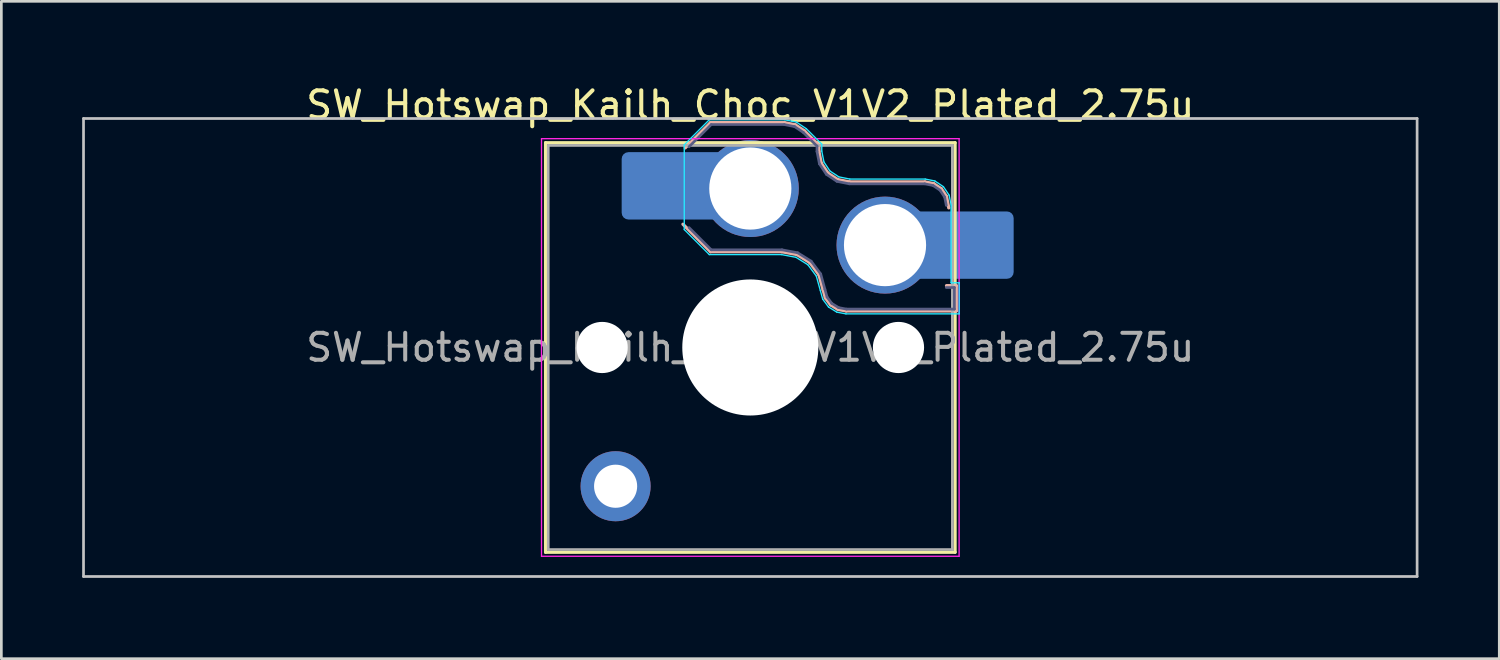
<source format=kicad_pcb>
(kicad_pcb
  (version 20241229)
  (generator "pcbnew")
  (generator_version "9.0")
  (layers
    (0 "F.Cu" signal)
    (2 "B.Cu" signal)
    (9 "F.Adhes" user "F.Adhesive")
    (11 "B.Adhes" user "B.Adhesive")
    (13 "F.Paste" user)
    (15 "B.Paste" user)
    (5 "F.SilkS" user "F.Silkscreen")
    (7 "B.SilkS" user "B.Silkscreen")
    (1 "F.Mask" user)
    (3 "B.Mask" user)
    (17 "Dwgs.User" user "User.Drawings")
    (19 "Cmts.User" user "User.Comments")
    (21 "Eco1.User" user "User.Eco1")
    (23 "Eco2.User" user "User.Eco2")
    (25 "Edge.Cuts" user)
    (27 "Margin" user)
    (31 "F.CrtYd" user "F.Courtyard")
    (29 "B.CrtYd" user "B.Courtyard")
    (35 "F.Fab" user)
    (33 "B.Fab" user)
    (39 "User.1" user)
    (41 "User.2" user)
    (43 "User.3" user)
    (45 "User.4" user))
  (footprint "SW_Hotswap_Kailh_Choc_V1V2_Plated_2.75u"
    (layer "F.Cu")
    (at 24.8 9.848)
    (property "Reference" "SW_Hotswap_Kailh_Choc_V1V2_Plated_2.75u" (at 0 -9 0) (layer "F.SilkS") (effects (font (size 1 1) (thickness 0.15))))
    (attr smd)
    (fp_line (start -7.6 -7.6) (end -7.6 7.6) (stroke (width 0.12) (type solid)) (layer "F.SilkS"))
    (fp_line (start -7.6 7.6) (end 7.6 7.6) (stroke (width 0.12) (type solid)) (layer "F.SilkS"))
    (fp_line (start 7.6 -7.6) (end -7.6 -7.6) (stroke (width 0.12) (type solid)) (layer "F.SilkS"))
    (fp_line (start 7.6 7.6) (end 7.6 -7.6) (stroke (width 0.12) (type solid)) (layer "F.SilkS"))
    (fp_line (start -2.416 -7.409) (end -1.479 -8.346) (stroke (width 0.12) (type solid)) (layer "B.SilkS"))
    (fp_line (start -1.479 -8.346) (end 1.268 -8.346) (stroke (width 0.12) (type solid)) (layer "B.SilkS"))
    (fp_line (start -1.479 -3.554) (end -2.5 -4.575) (stroke (width 0.12) (type solid)) (layer "B.SilkS"))
    (fp_line (start 1.168 -3.554) (end -1.479 -3.554) (stroke (width 0.12) (type solid)) (layer "B.SilkS"))
    (fp_line (start 1.268 -8.346) (end 1.671 -8.266) (stroke (width 0.12) (type solid)) (layer "B.SilkS"))
    (fp_line (start 1.671 -8.266) (end 2.013 -8.037) (stroke (width 0.12) (type solid)) (layer "B.SilkS"))
    (fp_line (start 1.73 -3.449) (end 1.168 -3.554) (stroke (width 0.12) (type solid)) (layer "B.SilkS"))
    (fp_line (start 2.013 -8.037) (end 2.546 -7.504) (stroke (width 0.12) (type solid)) (layer "B.SilkS"))
    (fp_line (start 2.209 -3.15) (end 1.73 -3.449) (stroke (width 0.12) (type solid)) (layer "B.SilkS"))
    (fp_line (start 2.546 -7.504) (end 2.546 -7.282) (stroke (width 0.12) (type solid)) (layer "B.SilkS"))
    (fp_line (start 2.546 -7.282) (end 2.633 -6.844) (stroke (width 0.12) (type solid)) (layer "B.SilkS"))
    (fp_line (start 2.547 -2.697) (end 2.209 -3.15) (stroke (width 0.12) (type solid)) (layer "B.SilkS"))
    (fp_line (start 2.633 -6.844) (end 2.877 -6.477) (stroke (width 0.12) (type solid)) (layer "B.SilkS"))
    (fp_line (start 2.701 -2.139) (end 2.547 -2.697) (stroke (width 0.12) (type solid)) (layer "B.SilkS"))
    (fp_line (start 2.783 -1.841) (end 2.701 -2.139) (stroke (width 0.12) (type solid)) (layer "B.SilkS"))
    (fp_line (start 2.877 -6.477) (end 3.244 -6.233) (stroke (width 0.12) (type solid)) (layer "B.SilkS"))
    (fp_line (start 2.976 -1.583) (end 2.783 -1.841) (stroke (width 0.12) (type solid)) (layer "B.SilkS"))
    (fp_line (start 3.244 -6.233) (end 3.682 -6.146) (stroke (width 0.12) (type solid)) (layer "B.SilkS"))
    (fp_line (start 3.25 -1.413) (end 2.976 -1.583) (stroke (width 0.12) (type solid)) (layer "B.SilkS"))
    (fp_line (start 3.56 -1.354) (end 3.25 -1.413) (stroke (width 0.12) (type solid)) (layer "B.SilkS"))
    (fp_line (start 3.682 -6.146) (end 6.482 -6.146) (stroke (width 0.12) (type solid)) (layer "B.SilkS"))
    (fp_line (start 6.482 -6.146) (end 6.809 -6.081) (stroke (width 0.12) (type solid)) (layer "B.SilkS"))
    (fp_line (start 6.809 -6.081) (end 7.092 -5.892) (stroke (width 0.12) (type solid)) (layer "B.SilkS"))
    (fp_line (start 7.092 -5.892) (end 7.281 -5.609) (stroke (width 0.12) (type solid)) (layer "B.SilkS"))
    (fp_line (start 7.281 -5.609) (end 7.366 -5.182) (stroke (width 0.12) (type solid)) (layer "B.SilkS"))
    (fp_line (start 7.283 -2.296) (end 7.646 -2.296) (stroke (width 0.12) (type solid)) (layer "B.SilkS"))
    (fp_line (start 7.646 -2.296) (end 7.646 -1.354) (stroke (width 0.12) (type solid)) (layer "B.SilkS"))
    (fp_line (start 7.646 -1.354) (end 3.56 -1.354) (stroke (width 0.12) (type solid)) (layer "B.SilkS"))
    (fp_line (start -24.75 -8.5) (end -24.75 8.5) (stroke (width 0.1) (type solid)) (layer "Dwgs.User"))
    (fp_line (start -24.75 8.5) (end 24.75 8.5) (stroke (width 0.1) (type solid)) (layer "Dwgs.User"))
    (fp_line (start 24.75 -8.5) (end -24.75 -8.5) (stroke (width 0.1) (type solid)) (layer "Dwgs.User"))
    (fp_line (start 24.75 8.5) (end 24.75 -8.5) (stroke (width 0.1) (type solid)) (layer "Dwgs.User"))
    (fp_line (start -7.25 -7.25) (end -7.25 7.25) (stroke (width 0.1) (type solid)) (layer "Eco1.User"))
    (fp_line (start -7.25 7.25) (end 7.25 7.25) (stroke (width 0.1) (type solid)) (layer "Eco1.User"))
    (fp_line (start 7.25 -7.25) (end -7.25 -7.25) (stroke (width 0.1) (type solid)) (layer "Eco1.User"))
    (fp_line (start 7.25 7.25) (end 7.25 -7.25) (stroke (width 0.1) (type solid)) (layer "Eco1.User"))
    (fp_line (start -2.452 -7.523) (end -1.523 -8.452) (stroke (width 0.05) (type solid)) (layer "B.CrtYd"))
    (fp_line (start -2.452 -4.377) (end -2.452 -7.523) (stroke (width 0.05) (type solid)) (layer "B.CrtYd"))
    (fp_line (start -1.523 -8.452) (end 1.278 -8.452) (stroke (width 0.05) (type solid)) (layer "B.CrtYd"))
    (fp_line (start -1.523 -3.448) (end -2.452 -4.377) (stroke (width 0.05) (type solid)) (layer "B.CrtYd"))
    (fp_line (start 1.159 -3.448) (end -1.523 -3.448) (stroke (width 0.05) (type solid)) (layer "B.CrtYd"))
    (fp_line (start 1.278 -8.452) (end 1.712 -8.366) (stroke (width 0.05) (type solid)) (layer "B.CrtYd"))
    (fp_line (start 1.691 -3.348) (end 1.159 -3.448) (stroke (width 0.05) (type solid)) (layer "B.CrtYd"))
    (fp_line (start 1.712 -8.366) (end 2.081 -8.119) (stroke (width 0.05) (type solid)) (layer "B.CrtYd"))
    (fp_line (start 2.081 -8.119) (end 2.652 -7.548) (stroke (width 0.05) (type solid)) (layer "B.CrtYd"))
    (fp_line (start 2.136 -3.071) (end 1.691 -3.348) (stroke (width 0.05) (type solid)) (layer "B.CrtYd"))
    (fp_line (start 2.45 -2.65) (end 2.136 -3.071) (stroke (width 0.05) (type solid)) (layer "B.CrtYd"))
    (fp_line (start 2.599 -2.111) (end 2.45 -2.65) (stroke (width 0.05) (type solid)) (layer "B.CrtYd"))
    (fp_line (start 2.652 -7.548) (end 2.652 -7.292) (stroke (width 0.05) (type solid)) (layer "B.CrtYd"))
    (fp_line (start 2.652 -7.292) (end 2.733 -6.885) (stroke (width 0.05) (type solid)) (layer "B.CrtYd"))
    (fp_line (start 2.687 -1.794) (end 2.599 -2.111) (stroke (width 0.05) (type solid)) (layer "B.CrtYd"))
    (fp_line (start 2.733 -6.885) (end 2.953 -6.553) (stroke (width 0.05) (type solid)) (layer "B.CrtYd"))
    (fp_line (start 2.903 -1.503) (end 2.687 -1.794) (stroke (width 0.05) (type solid)) (layer "B.CrtYd"))
    (fp_line (start 2.953 -6.553) (end 3.285 -6.333) (stroke (width 0.05) (type solid)) (layer "B.CrtYd"))
    (fp_line (start 3.211 -1.312) (end 2.903 -1.503) (stroke (width 0.05) (type solid)) (layer "B.CrtYd"))
    (fp_line (start 3.285 -6.333) (end 3.692 -6.252) (stroke (width 0.05) (type solid)) (layer "B.CrtYd"))
    (fp_line (start 3.55 -1.248) (end 3.211 -1.312) (stroke (width 0.05) (type solid)) (layer "B.CrtYd"))
    (fp_line (start 3.692 -6.252) (end 6.492 -6.252) (stroke (width 0.05) (type solid)) (layer "B.CrtYd"))
    (fp_line (start 6.492 -6.252) (end 6.85 -6.181) (stroke (width 0.05) (type solid)) (layer "B.CrtYd"))
    (fp_line (start 6.85 -6.181) (end 7.168 -5.968) (stroke (width 0.05) (type solid)) (layer "B.CrtYd"))
    (fp_line (start 7.168 -5.968) (end 7.381 -5.65) (stroke (width 0.05) (type solid)) (layer "B.CrtYd"))
    (fp_line (start 7.381 -5.65) (end 7.452 -5.292) (stroke (width 0.05) (type solid)) (layer "B.CrtYd"))
    (fp_line (start 7.452 -5.292) (end 7.452 -2.402) (stroke (width 0.05) (type solid)) (layer "B.CrtYd"))
    (fp_line (start 7.452 -2.402) (end 7.752 -2.402) (stroke (width 0.05) (type solid)) (layer "B.CrtYd"))
    (fp_line (start 7.752 -2.402) (end 7.752 -1.248) (stroke (width 0.05) (type solid)) (layer "B.CrtYd"))
    (fp_line (start 7.752 -1.248) (end 3.55 -1.248) (stroke (width 0.05) (type solid)) (layer "B.CrtYd"))
    (fp_line (start -7.75 -7.75) (end -7.75 7.75) (stroke (width 0.05) (type solid)) (layer "F.CrtYd"))
    (fp_line (start -7.75 7.75) (end 7.75 7.75) (stroke (width 0.05) (type solid)) (layer "F.CrtYd"))
    (fp_line (start 7.75 -7.75) (end -7.75 -7.75) (stroke (width 0.05) (type solid)) (layer "F.CrtYd"))
    (fp_line (start 7.75 7.75) (end 7.75 -7.75) (stroke (width 0.05) (type solid)) (layer "F.CrtYd"))
    (fp_line (start -2.275 -7.45) (end -1.45 -8.275) (stroke (width 0.1) (type solid)) (layer "B.Fab"))
    (fp_line (start -1.45 -8.275) (end 1.261 -8.275) (stroke (width 0.1) (type solid)) (layer "B.Fab"))
    (fp_line (start -1.45 -3.625) (end -2.275 -4.45) (stroke (width 0.1) (type solid)) (layer "B.Fab"))
    (fp_line (start 1.175 -3.625) (end -1.45 -3.625) (stroke (width 0.1) (type solid)) (layer "B.Fab"))
    (fp_line (start 1.261 -8.275) (end 1.643 -8.199) (stroke (width 0.1) (type solid)) (layer "B.Fab"))
    (fp_line (start 1.643 -8.199) (end 1.968 -7.982) (stroke (width 0.1) (type solid)) (layer "B.Fab"))
    (fp_line (start 1.756 -3.516) (end 1.175 -3.625) (stroke (width 0.1) (type solid)) (layer "B.Fab"))
    (fp_line (start 1.968 -7.982) (end 2.475 -7.475) (stroke (width 0.1) (type solid)) (layer "B.Fab"))
    (fp_line (start 2.258 -3.203) (end 1.756 -3.516) (stroke (width 0.1) (type solid)) (layer "B.Fab"))
    (fp_line (start 2.475 -7.475) (end 2.475 -7.275) (stroke (width 0.1) (type solid)) (layer "B.Fab"))
    (fp_line (start 2.475 -7.275) (end 2.566 -6.816) (stroke (width 0.1) (type solid)) (layer "B.Fab"))
    (fp_line (start 2.566 -6.816) (end 2.826 -6.426) (stroke (width 0.1) (type solid)) (layer "B.Fab"))
    (fp_line (start 2.612 -2.729) (end 2.258 -3.203) (stroke (width 0.1) (type solid)) (layer "B.Fab"))
    (fp_line (start 2.769 -2.158) (end 2.612 -2.729) (stroke (width 0.1) (type solid)) (layer "B.Fab"))
    (fp_line (start 2.826 -6.426) (end 3.216 -6.166) (stroke (width 0.1) (type solid)) (layer "B.Fab"))
    (fp_line (start 2.848 -1.873) (end 2.769 -2.158) (stroke (width 0.1) (type solid)) (layer "B.Fab"))
    (fp_line (start 3.025 -1.636) (end 2.848 -1.873) (stroke (width 0.1) (type solid)) (layer "B.Fab"))
    (fp_line (start 3.216 -6.166) (end 3.675 -6.075) (stroke (width 0.1) (type solid)) (layer "B.Fab"))
    (fp_line (start 3.276 -1.48) (end 3.025 -1.636) (stroke (width 0.1) (type solid)) (layer "B.Fab"))
    (fp_line (start 3.567 -1.425) (end 3.276 -1.48) (stroke (width 0.1) (type solid)) (layer "B.Fab"))
    (fp_line (start 3.675 -6.075) (end 6.475 -6.075) (stroke (width 0.1) (type solid)) (layer "B.Fab"))
    (fp_line (start 6.475 -6.075) (end 6.781 -6.014) (stroke (width 0.1) (type solid)) (layer "B.Fab"))
    (fp_line (start 6.781 -6.014) (end 7.041 -5.841) (stroke (width 0.1) (type solid)) (layer "B.Fab"))
    (fp_line (start 7.041 -5.841) (end 7.214 -5.581) (stroke (width 0.1) (type solid)) (layer "B.Fab"))
    (fp_line (start 7.214 -5.581) (end 7.275 -5.275) (stroke (width 0.1) (type solid)) (layer "B.Fab"))
    (fp_line (start 7.275 -2.225) (end 7.575 -2.225) (stroke (width 0.1) (type solid)) (layer "B.Fab"))
    (fp_line (start 7.575 -2.225) (end 7.575 -1.425) (stroke (width 0.1) (type solid)) (layer "B.Fab"))
    (fp_line (start 7.575 -1.425) (end 3.567 -1.425) (stroke (width 0.1) (type solid)) (layer "B.Fab"))
    (fp_line (start -7.5 -7.5) (end -7.5 7.5) (stroke (width 0.1) (type solid)) (layer "F.Fab"))
    (fp_line (start -7.5 7.5) (end 7.5 7.5) (stroke (width 0.1) (type solid)) (layer "F.Fab"))
    (fp_line (start 7.5 -7.5) (end -7.5 -7.5) (stroke (width 0.1) (type solid)) (layer "F.Fab"))
    (fp_line (start 7.5 7.5) (end 7.5 -7.5) (stroke (width 0.1) (type solid)) (layer "F.Fab"))
    (fp_text user "${REFERENCE}" (at 0 0 0) (layer "F.Fab") (effects (font (size 1 1) (thickness 0.15))))
    (pad "" np_thru_hole circle (at -5.5 0) (size 1.9 1.9) (drill 1.9) (layers "*.Cu" "*.Mask"))
    (pad "" thru_hole circle (at -5 5.15) (size 2.6 2.6) (drill 1.6) (layers "*.Cu" "*.Mask"))
    (pad "" smd roundrect (at -3.5 -6) (size 2.55 2.5) (layers "B.Mask" "B.Paste") (roundrect_rratio 0.1))
    (pad "" np_thru_hole circle (at 0 0) (size 5.05 5.05) (drill 5.05) (layers "*.Cu" "*.Mask"))
    (pad "" np_thru_hole circle (at 5.5 0) (size 1.9 1.9) (drill 1.9) (layers "*.Cu" "*.Mask"))
    (pad "" smd roundrect (at 8.5 -3.8) (size 2.55 2.5) (layers "B.Mask" "B.Paste") (roundrect_rratio 0.1))
    (pad "1" smd roundrect (at -2.85 -6) (size 3.85 2.5) (layers "B.Cu") (roundrect_rratio 0.1))
    (pad "1" thru_hole circle (at 0 -5.9) (size 3.6 3.6) (drill 3.05) (layers "*.Cu" "*.Mask"))
    (pad "2" thru_hole circle (at 5 -3.8) (size 3.6 3.6) (drill 3.05) (layers "*.Cu" "*.Mask"))
    (pad "2" smd roundrect (at 7.85 -3.8) (size 3.85 2.5) (layers "B.Cu") (roundrect_rratio 0.1)))
  (gr_rect
    (start -3 -3)
    (end 52.6 21.398)
    (stroke (width 0.1) (type default))
    (fill no)
    (layer "Edge.Cuts")))
</source>
